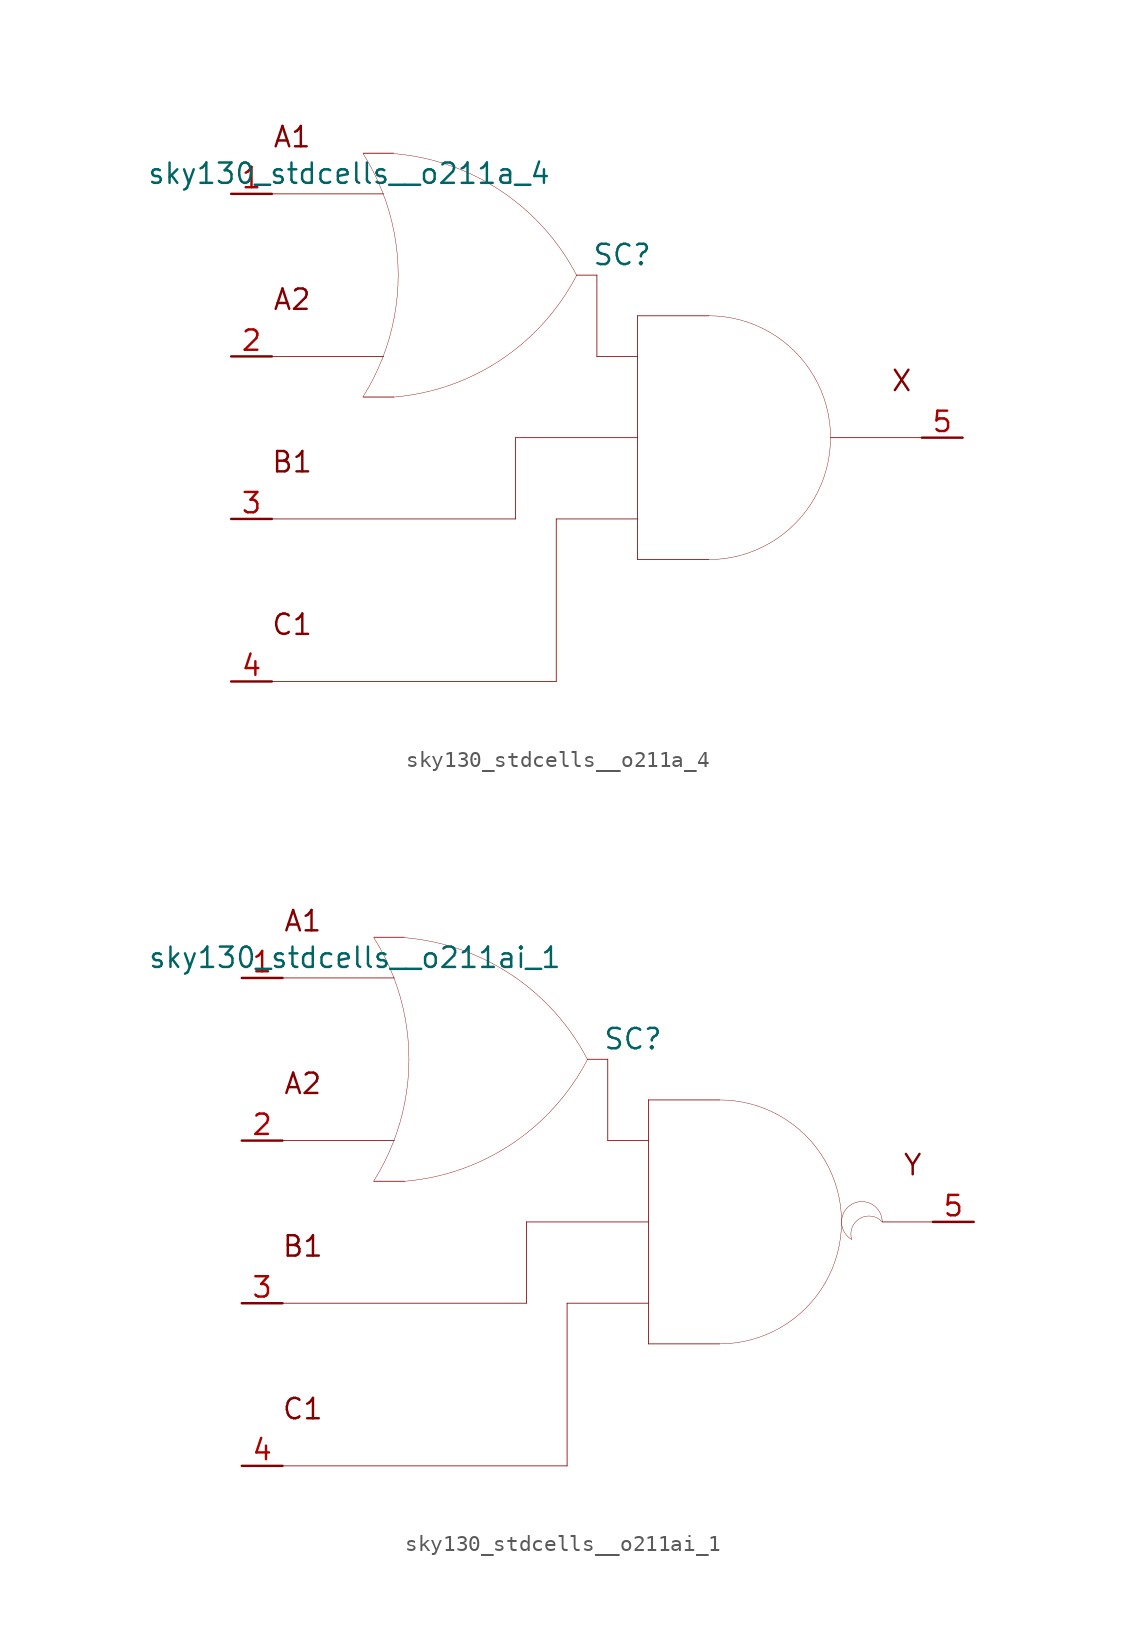
<source format=kicad_sym>
(kicad_symbol_lib
  (version 20211014)
  (generator kicad_symbol_editor)
  (symbol "sky130_stdcells__o211a_4"
    (pin_names hide)
    (property "Reference" "SC"
      (at 1.575 11.43 0)
      (effects (font (size 1.27 1.27))))
    (property "Value" "sky130_stdcells__o211a_4"
      (at -2.845 16.51 0)
      (effects (font (size 1.27 1.27)) (justify right)))
    (symbol "sky130_stdcells__o211a_4_0_0"
      (arc (start -14.6255 2.5458) (mid -13.968 3.702) (end -13.4212 4.9144) (stroke (width 0.0254) (type default) (color 0 0 0 0)) (fill (type none)))
      (arc (start -13.4212 4.9144) (mid -12.9863 6.1845) (end -12.673 7.4899) (stroke (width 0.0254) (type default) (color 0 0 0 0)) (fill (type none)))
      (arc (start -13.403 15.3593) (mid -13.9512 16.5848) (end -14.6123 17.7532) (stroke (width 0.0254) (type default) (color 0 0 0 0)) (fill (type none)))
      (arc (start -12.705 2.5369) (mid -6.011 4.8614) (end -1.2741 10.1316) (stroke (width 0.0254) (type default) (color 0 0 0 0)) (fill (type none)))
      (arc (start -12.673 7.4899) (mid -12.4838 8.819) (end -12.4206 10.16) (stroke (width 0.0254) (type default) (color 0 0 0 0)) (fill (type none)))
      (arc (start -12.6684 12.8056) (mid -12.9761 14.0996) (end -13.403 15.3593) (stroke (width 0.0254) (type default) (color 0 0 0 0)) (fill (type none)))
      (arc (start -12.4206 10.16) (mid -12.4827 11.4886) (end -12.6684 12.8056) (stroke (width 0.0254) (type default) (color 0 0 0 0)) (fill (type none)))
      (arc (start -1.2513 10.119) (mid -5.9698 15.4056) (end -12.6556 17.7535) (stroke (width 0.0254) (type default) (color 0 0 0 0)) (fill (type none)))
      (polyline (pts (xy -20.32 -15.24) (xy -2.54 -15.24)) (stroke (width 0.051) (type default) (color 0 0 0 0)) (fill (type none)))
      (polyline (pts (xy -20.32 -5.08) (xy -5.08 -5.08)) (stroke (width 0.051) (type default) (color 0 0 0 0)) (fill (type none)))
      (polyline (pts (xy -20.32 5.08) (xy -13.335 5.08)) (stroke (width 0.051) (type default) (color 0 0 0 0)) (fill (type none)))
      (polyline (pts (xy -20.32 15.24) (xy -13.335 15.24)) (stroke (width 0.051) (type default) (color 0 0 0 0)) (fill (type none)))
      (polyline (pts (xy -14.605 2.54) (xy -12.7 2.54)) (stroke (width 0.051) (type default) (color 0 0 0 0)) (fill (type none)))
      (polyline (pts (xy -14.605 17.78) (xy -12.7 17.78)) (stroke (width 0.051) (type default) (color 0 0 0 0)) (fill (type none)))
      (polyline (pts (xy -5.08 0) (xy -5.08 -5.08)) (stroke (width 0.051) (type default) (color 0 0 0 0)) (fill (type none)))
      (polyline (pts (xy -5.08 0) (xy 2.54 0)) (stroke (width 0.051) (type default) (color 0 0 0 0)) (fill (type none)))
      (polyline (pts (xy -2.54 -5.08) (xy -2.54 -15.24)) (stroke (width 0.051) (type default) (color 0 0 0 0)) (fill (type none)))
      (polyline (pts (xy -2.54 -5.08) (xy 2.54 -5.08)) (stroke (width 0.051) (type default) (color 0 0 0 0)) (fill (type none)))
      (polyline (pts (xy -1.27 10.16) (xy 0 10.16)) (stroke (width 0.051) (type default) (color 0 0 0 0)) (fill (type none)))
      (polyline (pts (xy 0 5.08) (xy 2.54 5.08)) (stroke (width 0.051) (type default) (color 0 0 0 0)) (fill (type none)))
      (polyline (pts (xy 0 10.16) (xy 0 5.08)) (stroke (width 0.051) (type default) (color 0 0 0 0)) (fill (type none)))
      (polyline (pts (xy 2.54 -7.62) (xy 6.985 -7.62)) (stroke (width 0.051) (type default) (color 0 0 0 0)) (fill (type none)))
      (polyline (pts (xy 2.54 7.62) (xy 2.54 -7.62)) (stroke (width 0.051) (type default) (color 0 0 0 0)) (fill (type none)))
      (polyline (pts (xy 2.54 7.62) (xy 6.985 7.62)) (stroke (width 0.051) (type default) (color 0 0 0 0)) (fill (type none)))
      (polyline (pts (xy 14.605 0) (xy 20.32 0)) (stroke (width 0.051) (type default) (color 0 0 0 0)) (fill (type none)))
      (arc (start 6.985 -7.62) (mid 8.9572 -7.3604) (end 10.795 -6.5991) (stroke (width 0.0254) (type default) (color 0 0 0 0)) (fill (type none)))
      (arc (start 10.795 -6.5991) (mid 12.3731 -5.3881) (end 13.5841 -3.81) (stroke (width 0.0254) (type default) (color 0 0 0 0)) (fill (type none)))
      (arc (start 10.795 6.5991) (mid 8.9572 7.3603) (end 6.985 7.62) (stroke (width 0.0254) (type default) (color 0 0 0 0)) (fill (type none)))
      (arc (start 13.5841 -3.81) (mid 14.3453 -1.9722) (end 14.605 0) (stroke (width 0.0254) (type default) (color 0 0 0 0)) (fill (type none)))
      (arc (start 13.5841 3.81) (mid 12.3731 5.3881) (end 10.795 6.5991) (stroke (width 0.0254) (type default) (color 0 0 0 0)) (fill (type none)))
      (arc (start 14.605 0) (mid 14.3454 1.9722) (end 13.5841 3.81) (stroke (width 0.0254) (type default) (color 0 0 0 0)) (fill (type none)))
      (text "A1" (at -19.05 18.796 0) (effects (font (size 1.27 1.27))))
      (text "A2" (at -19.05 8.636 0) (effects (font (size 1.27 1.27))))
      (text "B1" (at -19.05 -1.524 0) (effects (font (size 1.27 1.27))))
      (text "C1" (at -19.05 -11.684 0) (effects (font (size 1.27 1.27))))
      (text "X" (at 19.05 3.556 0) (effects (font (size 1.27 1.27)))))
    (symbol "sky130_stdcells__o211a_4_1_1"
      (pin input line (at -22.86 15.24 0) (length 2.54) (name "A1" (effects (font (size 1.092 1.092)))) (number "1" (effects (font (size 1.27 1.27)))))
      (pin input line (at -22.86 5.08 0) (length 2.54) (name "A2" (effects (font (size 1.092 1.092)))) (number "2" (effects (font (size 1.27 1.27)))))
      (pin input line (at -22.86 -5.08 0) (length 2.54) (name "B1" (effects (font (size 1.092 1.092)))) (number "3" (effects (font (size 1.27 1.27)))))
      (pin input line (at -22.86 -15.24 0) (length 2.54) (name "C1" (effects (font (size 1.092 1.092)))) (number "4" (effects (font (size 1.27 1.27)))))
      (pin output line (at 22.86 0 180) (length 2.54) (name "X" (effects (font (size 1.092 1.092)))) (number "5" (effects (font (size 1.27 1.27)))))))
  (symbol "sky130_stdcells__o211ai_1"
    (pin_names hide)
    (property "Reference" "SC"
      (at 1.575 11.43 0)
      (effects (font (size 1.27 1.27))))
    (property "Value" "sky130_stdcells__o211ai_1"
      (at -2.845 16.51 0)
      (effects (font (size 1.27 1.27)) (justify right)))
    (symbol "sky130_stdcells__o211ai_1_0_0"
      (arc (start -14.6255 2.5458) (mid -13.968 3.702) (end -13.4212 4.9144) (stroke (width 0.0254) (type default) (color 0 0 0 0)) (fill (type none)))
      (arc (start -13.4212 4.9144) (mid -12.9863 6.1845) (end -12.673 7.4899) (stroke (width 0.0254) (type default) (color 0 0 0 0)) (fill (type none)))
      (arc (start -13.403 15.3593) (mid -13.9512 16.5848) (end -14.6123 17.7532) (stroke (width 0.0254) (type default) (color 0 0 0 0)) (fill (type none)))
      (arc (start -12.705 2.5369) (mid -6.011 4.8614) (end -1.2741 10.1316) (stroke (width 0.0254) (type default) (color 0 0 0 0)) (fill (type none)))
      (arc (start -12.673 7.4899) (mid -12.4838 8.819) (end -12.4206 10.16) (stroke (width 0.0254) (type default) (color 0 0 0 0)) (fill (type none)))
      (arc (start -12.6684 12.8056) (mid -12.9761 14.0996) (end -13.403 15.3593) (stroke (width 0.0254) (type default) (color 0 0 0 0)) (fill (type none)))
      (arc (start -12.4206 10.16) (mid -12.4827 11.4886) (end -12.6684 12.8056) (stroke (width 0.0254) (type default) (color 0 0 0 0)) (fill (type none)))
      (arc (start -1.2513 10.119) (mid -5.9698 15.4056) (end -12.6556 17.7535) (stroke (width 0.0254) (type default) (color 0 0 0 0)) (fill (type none)))
      (polyline (pts (xy -20.32 -15.24) (xy -2.54 -15.24)) (stroke (width 0.051) (type default) (color 0 0 0 0)) (fill (type none)))
      (polyline (pts (xy -20.32 -5.08) (xy -5.08 -5.08)) (stroke (width 0.051) (type default) (color 0 0 0 0)) (fill (type none)))
      (polyline (pts (xy -20.32 5.08) (xy -13.335 5.08)) (stroke (width 0.051) (type default) (color 0 0 0 0)) (fill (type none)))
      (polyline (pts (xy -20.32 15.24) (xy -13.335 15.24)) (stroke (width 0.051) (type default) (color 0 0 0 0)) (fill (type none)))
      (polyline (pts (xy -14.605 2.54) (xy -12.7 2.54)) (stroke (width 0.051) (type default) (color 0 0 0 0)) (fill (type none)))
      (polyline (pts (xy -14.605 17.78) (xy -12.7 17.78)) (stroke (width 0.051) (type default) (color 0 0 0 0)) (fill (type none)))
      (polyline (pts (xy -5.08 0) (xy -5.08 -5.08)) (stroke (width 0.051) (type default) (color 0 0 0 0)) (fill (type none)))
      (polyline (pts (xy -5.08 0) (xy 2.54 0)) (stroke (width 0.051) (type default) (color 0 0 0 0)) (fill (type none)))
      (polyline (pts (xy -2.54 -5.08) (xy -2.54 -15.24)) (stroke (width 0.051) (type default) (color 0 0 0 0)) (fill (type none)))
      (polyline (pts (xy -2.54 -5.08) (xy 2.54 -5.08)) (stroke (width 0.051) (type default) (color 0 0 0 0)) (fill (type none)))
      (polyline (pts (xy -1.27 10.16) (xy 0 10.16)) (stroke (width 0.051) (type default) (color 0 0 0 0)) (fill (type none)))
      (polyline (pts (xy 0 5.08) (xy 2.54 5.08)) (stroke (width 0.051) (type default) (color 0 0 0 0)) (fill (type none)))
      (polyline (pts (xy 0 10.16) (xy 0 5.08)) (stroke (width 0.051) (type default) (color 0 0 0 0)) (fill (type none)))
      (polyline (pts (xy 2.54 -7.62) (xy 6.985 -7.62)) (stroke (width 0.051) (type default) (color 0 0 0 0)) (fill (type none)))
      (polyline (pts (xy 2.54 7.62) (xy 2.54 -7.62)) (stroke (width 0.051) (type default) (color 0 0 0 0)) (fill (type none)))
      (polyline (pts (xy 2.54 7.62) (xy 6.985 7.62)) (stroke (width 0.051) (type default) (color 0 0 0 0)) (fill (type none)))
      (polyline (pts (xy 17.145 0) (xy 20.32 0)) (stroke (width 0.051) (type default) (color 0 0 0 0)) (fill (type none)))
      (arc (start 6.985 -7.62) (mid 8.9572 -7.3604) (end 10.795 -6.5991) (stroke (width 0.0254) (type default) (color 0 0 0 0)) (fill (type none)))
      (arc (start 10.795 -6.5991) (mid 12.3731 -5.3881) (end 13.5841 -3.81) (stroke (width 0.0254) (type default) (color 0 0 0 0)) (fill (type none)))
      (arc (start 10.795 6.5991) (mid 8.9572 7.3603) (end 6.985 7.62) (stroke (width 0.0254) (type default) (color 0 0 0 0)) (fill (type none)))
      (arc (start 13.5841 -3.81) (mid 14.3453 -1.9722) (end 14.605 0) (stroke (width 0.0254) (type default) (color 0 0 0 0)) (fill (type none)))
      (arc (start 13.5841 3.81) (mid 12.3731 5.3881) (end 10.795 6.5991) (stroke (width 0.0254) (type default) (color 0 0 0 0)) (fill (type none)))
      (arc (start 14.605 0) (mid 14.3454 1.9722) (end 13.5841 3.81) (stroke (width 0.0254) (type default) (color 0 0 0 0)) (fill (type none)))
      (arc (start 15.24 1.0999) (mid 14.605 0) (end 15.24 -1.0999) (stroke (width 0.0254) (type default) (color 0 0 0 0)) (fill (type none)))
      (arc (start 17.145 0) (mid 15.2881 0.4743) (end 15.24 -1.0999) (stroke (width 0.0254) (type default) (color 0 0 0 0)) (fill (type none)))
      (arc (start 17.145 0) (mid 16.51 1.0998) (end 15.24 1.0999) (stroke (width 0.0254) (type default) (color 0 0 0 0)) (fill (type none)))
      (text "A1" (at -19.05 18.796 0) (effects (font (size 1.27 1.27))))
      (text "A2" (at -19.05 8.636 0) (effects (font (size 1.27 1.27))))
      (text "B1" (at -19.05 -1.524 0) (effects (font (size 1.27 1.27))))
      (text "C1" (at -19.05 -11.684 0) (effects (font (size 1.27 1.27))))
      (text "Y" (at 19.05 3.556 0) (effects (font (size 1.27 1.27)))))
    (symbol "sky130_stdcells__o211ai_1_1_1"
      (pin input line (at -22.86 15.24 0) (length 2.54) (name "A1" (effects (font (size 1.092 1.092)))) (number "1" (effects (font (size 1.27 1.27)))))
      (pin input line (at -22.86 5.08 0) (length 2.54) (name "A2" (effects (font (size 1.092 1.092)))) (number "2" (effects (font (size 1.27 1.27)))))
      (pin input line (at -22.86 -5.08 0) (length 2.54) (name "B1" (effects (font (size 1.092 1.092)))) (number "3" (effects (font (size 1.27 1.27)))))
      (pin input line (at -22.86 -15.24 0) (length 2.54) (name "C1" (effects (font (size 1.092 1.092)))) (number "4" (effects (font (size 1.27 1.27)))))
      (pin output line (at 22.86 0 180) (length 2.54) (name "Y" (effects (font (size 1.092 1.092)))) (number "5" (effects (font (size 1.27 1.27))))))))
</source>
